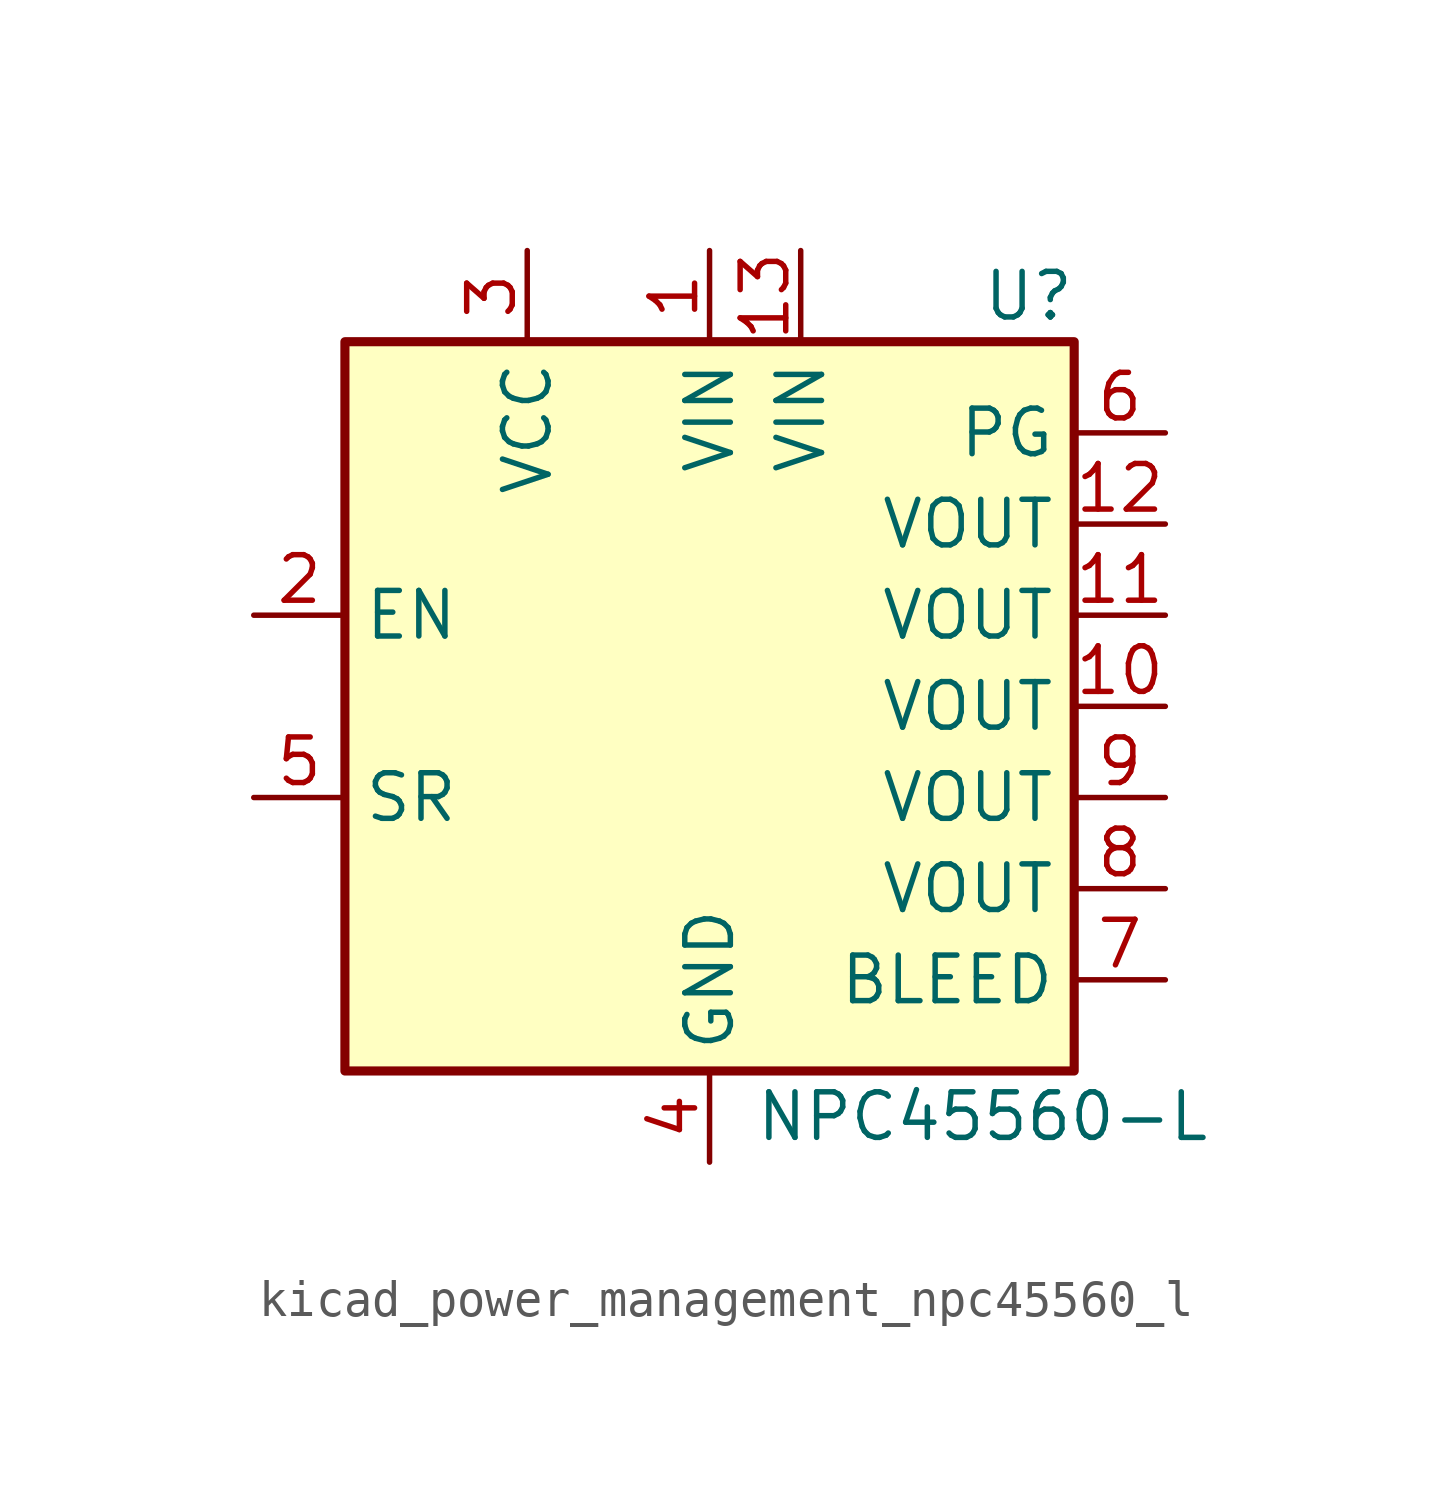
<source format=kicad_sym>
(kicad_symbol_lib
  (version 20220914)
  (generator kicad_symbol_editor)
  (symbol "kicad_power_management_npc45560_l"
    (property "Reference" "U"
      (at 8.89 11.43 0)
      (effects (font (size 1.27 1.27))))
    (property "Value" "NPC45560-L"
      (at 13.97 -11.43 0)
      (effects (font (size 1.27 1.27)) (justify right)))
    (symbol "kicad_power_management_npc45560_l_0_1"
      (rectangle (start -10.16 10.16) (end 10.16 -10.16) (stroke (width 0.254) (type default)) (fill (type background))))
    (symbol "kicad_power_management_npc45560_l_1_1"
      (pin power_in line (at 0 12.7 270) (length 2.54) (name "VIN" (effects (font (size 1.27 1.27)))) (number "1" (effects (font (size 1.27 1.27)))))
      (pin passive line (at 12.7 0 180) (length 2.54) (name "VOUT" (effects (font (size 1.27 1.27)))) (number "10" (effects (font (size 1.27 1.27)))))
      (pin passive line (at 12.7 2.54 180) (length 2.54) (name "VOUT" (effects (font (size 1.27 1.27)))) (number "11" (effects (font (size 1.27 1.27)))))
      (pin power_out line (at 12.7 5.08 180) (length 2.54) (name "VOUT" (effects (font (size 1.27 1.27)))) (number "12" (effects (font (size 1.27 1.27)))))
      (pin power_in line (at 2.54 12.7 270) (length 2.54) (name "VIN" (effects (font (size 1.27 1.27)))) (number "13" (effects (font (size 1.27 1.27)))))
      (pin input line (at -12.7 2.54 0) (length 2.54) (name "EN" (effects (font (size 1.27 1.27)))) (number "2" (effects (font (size 1.27 1.27)))))
      (pin power_in line (at -5.08 12.7 270) (length 2.54) (name "VCC" (effects (font (size 1.27 1.27)))) (number "3" (effects (font (size 1.27 1.27)))))
      (pin power_in line (at 0 -12.7 90) (length 2.54) (name "GND" (effects (font (size 1.27 1.27)))) (number "4" (effects (font (size 1.27 1.27)))))
      (pin input line (at -12.7 -2.54 0) (length 2.54) (name "SR" (effects (font (size 1.27 1.27)))) (number "5" (effects (font (size 1.27 1.27)))))
      (pin open_collector line (at 12.7 7.62 180) (length 2.54) (name "PG" (effects (font (size 1.27 1.27)))) (number "6" (effects (font (size 1.27 1.27)))))
      (pin input line (at 12.7 -7.62 180) (length 2.54) (name "BLEED" (effects (font (size 1.27 1.27)))) (number "7" (effects (font (size 1.27 1.27)))))
      (pin passive line (at 12.7 -5.08 180) (length 2.54) (name "VOUT" (effects (font (size 1.27 1.27)))) (number "8" (effects (font (size 1.27 1.27)))))
      (pin passive line (at 12.7 -2.54 180) (length 2.54) (name "VOUT" (effects (font (size 1.27 1.27)))) (number "9" (effects (font (size 1.27 1.27))))))))
</source>
